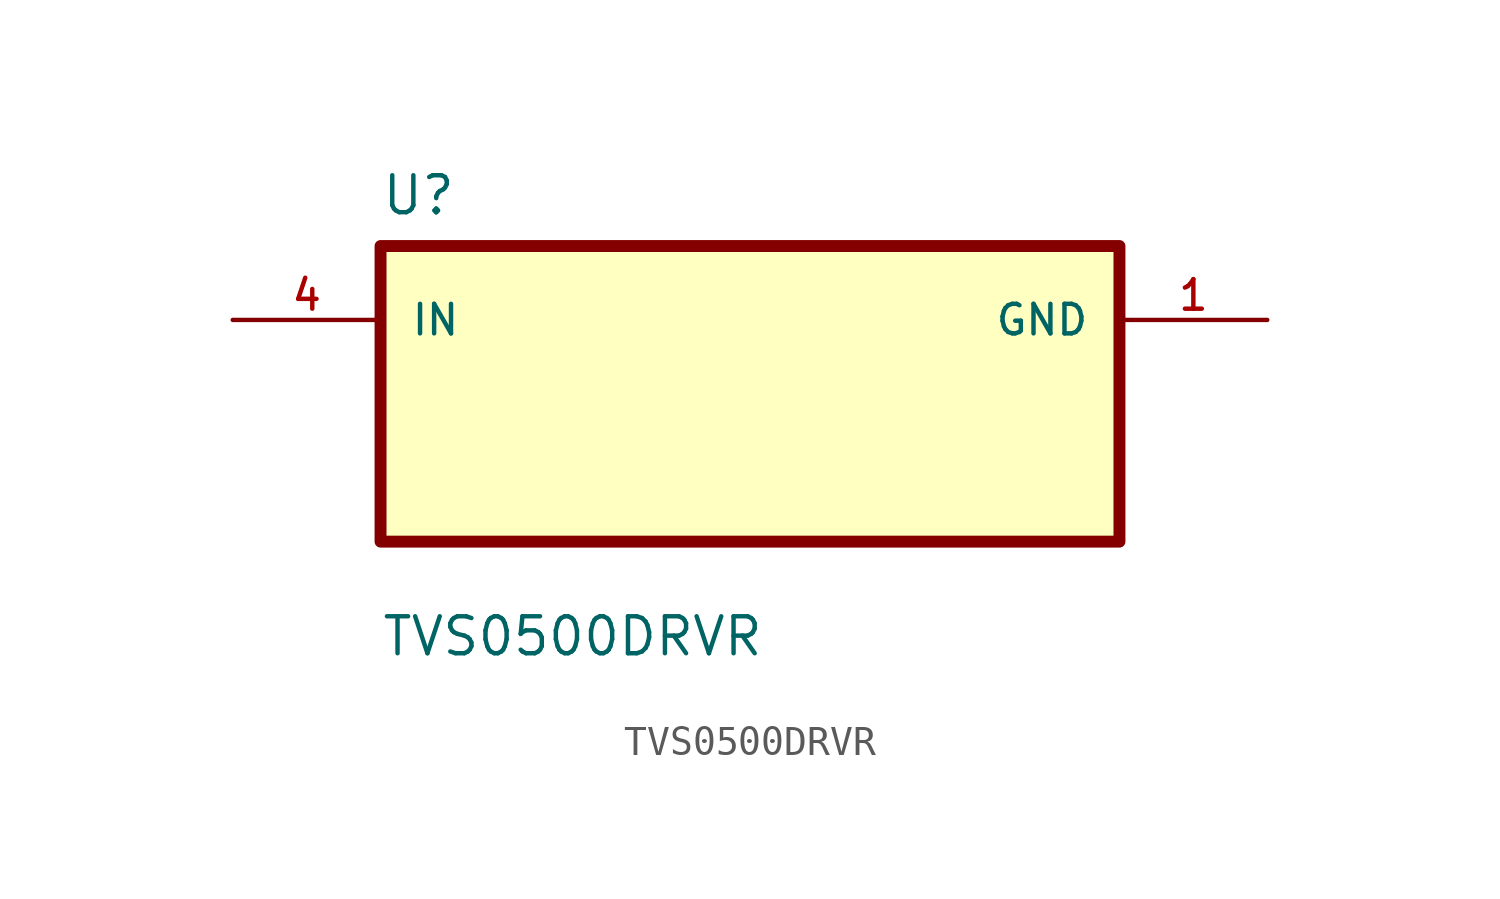
<source format=kicad_sym>
(kicad_symbol_lib
  (version 20211014)
  (generator kicad_symbol_editor)
  (symbol "TVS0500DRVR"
    (pin_names
      (offset 1.016))
    (property "Reference" "U"
      (at -12.7 6.08 0.0)
      (effects (font (size 1.27 1.27)) (justify bottom left)))
    (property "Value" "TVS0500DRVR"
      (at -12.7 -9.08 0.0)
      (effects (font (size 1.27 1.27)) (justify bottom left)))
    (symbol "TVS0500DRVR_0_0"
      (rectangle (start -12.7 -5.08) (end 12.7 5.08) (stroke (width 0.41)) (fill (type background)))
      (pin input line (at -17.78 2.54 0) (length 5.08) (name "IN" (effects (font (size 1.016 1.016)))) (number "4" (effects (font (size 1.016 1.016)))))
      (pin power_in line (at 17.78 2.54 180.0) (length 5.08) (name "GND" (effects (font (size 1.016 1.016)))) (number "1" (effects (font (size 1.016 1.016))))))))
</source>
